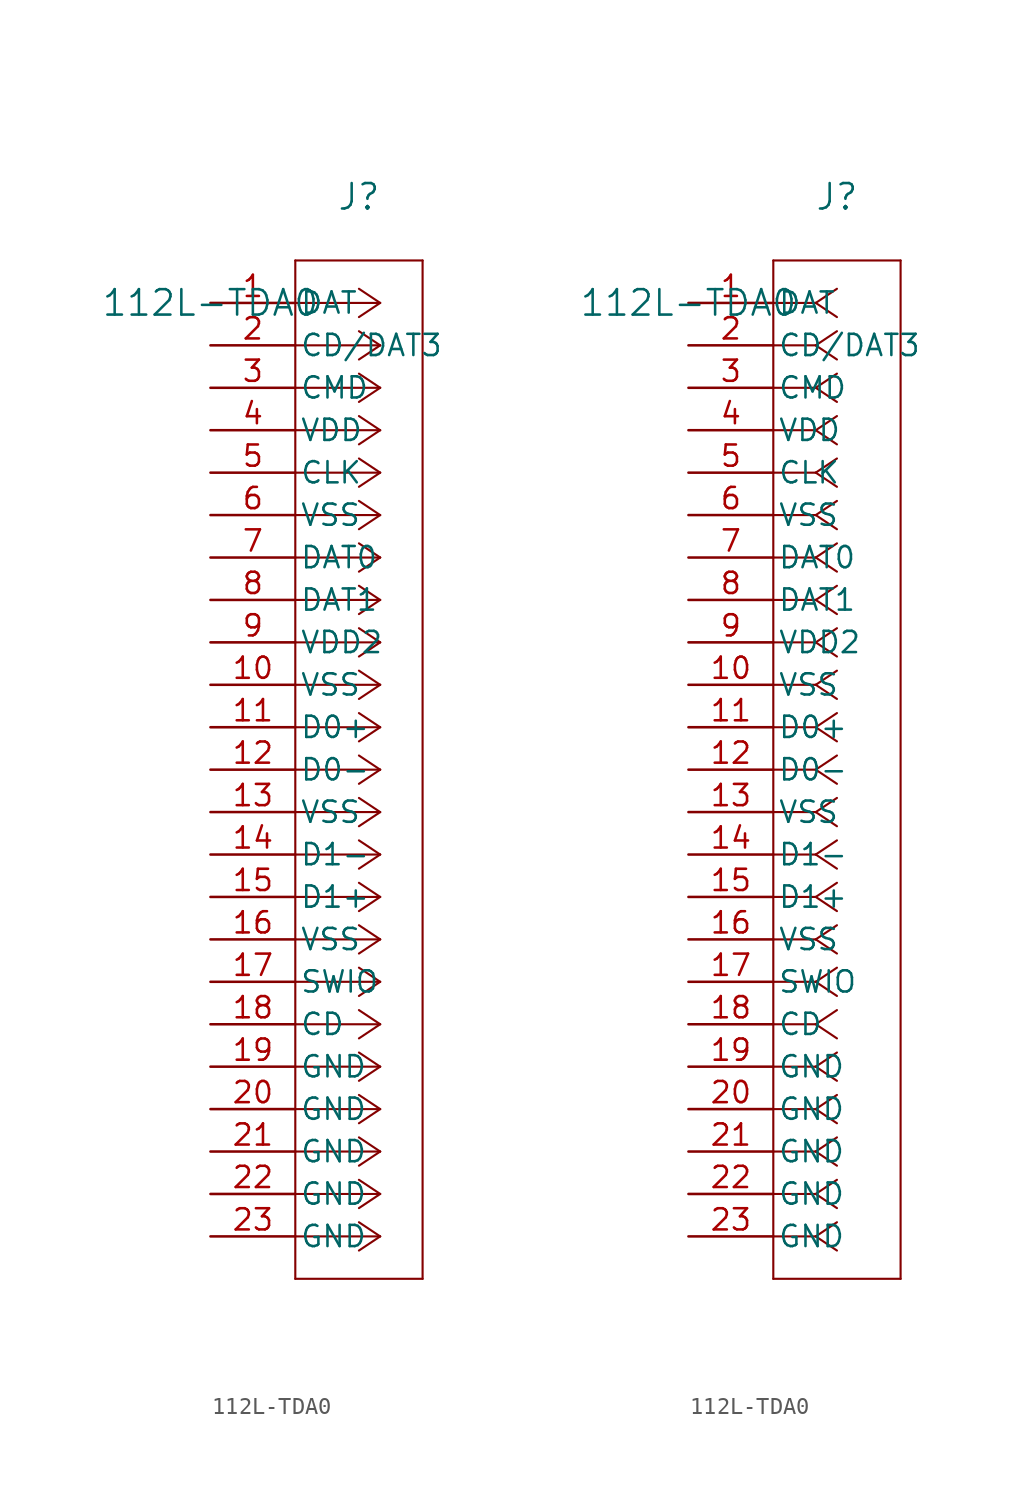
<source format=kicad_sym>
(kicad_symbol_lib
  (version 20211014)
  (generator kicad_symbol_editor)
  (symbol "112L-TDA0"
    (pin_names
      (offset 0.254))
    (property "Reference" "J"
      (at 8.89 6.35 0)
      (effects (font (size 1.524 1.524))))
    (property "Value" "112L-TDA0"
      (at 0 0 0)
      (effects (font (size 1.524 1.524))))
    (symbol "112L-TDA0_1_1"
      (polyline (pts (xy 10.16 0) (xy 5.08 0)) (stroke (width 0.127) (type default) (color 0 0 0 0)) (fill (type none)))
      (polyline (pts (xy 10.16 -2.54) (xy 5.08 -2.54)) (stroke (width 0.127) (type default) (color 0 0 0 0)) (fill (type none)))
      (polyline (pts (xy 10.16 -5.08) (xy 5.08 -5.08)) (stroke (width 0.127) (type default) (color 0 0 0 0)) (fill (type none)))
      (polyline (pts (xy 10.16 -7.62) (xy 5.08 -7.62)) (stroke (width 0.127) (type default) (color 0 0 0 0)) (fill (type none)))
      (polyline (pts (xy 10.16 -10.16) (xy 5.08 -10.16)) (stroke (width 0.127) (type default) (color 0 0 0 0)) (fill (type none)))
      (polyline (pts (xy 10.16 -12.7) (xy 5.08 -12.7)) (stroke (width 0.127) (type default) (color 0 0 0 0)) (fill (type none)))
      (polyline (pts (xy 10.16 -15.24) (xy 5.08 -15.24)) (stroke (width 0.127) (type default) (color 0 0 0 0)) (fill (type none)))
      (polyline (pts (xy 10.16 -17.78) (xy 5.08 -17.78)) (stroke (width 0.127) (type default) (color 0 0 0 0)) (fill (type none)))
      (polyline (pts (xy 10.16 -20.32) (xy 5.08 -20.32)) (stroke (width 0.127) (type default) (color 0 0 0 0)) (fill (type none)))
      (polyline (pts (xy 10.16 -22.86) (xy 5.08 -22.86)) (stroke (width 0.127) (type default) (color 0 0 0 0)) (fill (type none)))
      (polyline (pts (xy 10.16 -25.4) (xy 5.08 -25.4)) (stroke (width 0.127) (type default) (color 0 0 0 0)) (fill (type none)))
      (polyline (pts (xy 10.16 -27.94) (xy 5.08 -27.94)) (stroke (width 0.127) (type default) (color 0 0 0 0)) (fill (type none)))
      (polyline (pts (xy 10.16 -30.48) (xy 5.08 -30.48)) (stroke (width 0.127) (type default) (color 0 0 0 0)) (fill (type none)))
      (polyline (pts (xy 10.16 -33.02) (xy 5.08 -33.02)) (stroke (width 0.127) (type default) (color 0 0 0 0)) (fill (type none)))
      (polyline (pts (xy 10.16 -35.56) (xy 5.08 -35.56)) (stroke (width 0.127) (type default) (color 0 0 0 0)) (fill (type none)))
      (polyline (pts (xy 10.16 -38.1) (xy 5.08 -38.1)) (stroke (width 0.127) (type default) (color 0 0 0 0)) (fill (type none)))
      (polyline (pts (xy 10.16 -40.64) (xy 5.08 -40.64)) (stroke (width 0.127) (type default) (color 0 0 0 0)) (fill (type none)))
      (polyline (pts (xy 10.16 -43.18) (xy 5.08 -43.18)) (stroke (width 0.127) (type default) (color 0 0 0 0)) (fill (type none)))
      (polyline (pts (xy 10.16 -45.72) (xy 5.08 -45.72)) (stroke (width 0.127) (type default) (color 0 0 0 0)) (fill (type none)))
      (polyline (pts (xy 10.16 -48.26) (xy 5.08 -48.26)) (stroke (width 0.127) (type default) (color 0 0 0 0)) (fill (type none)))
      (polyline (pts (xy 10.16 -50.8) (xy 5.08 -50.8)) (stroke (width 0.127) (type default) (color 0 0 0 0)) (fill (type none)))
      (polyline (pts (xy 10.16 -53.34) (xy 5.08 -53.34)) (stroke (width 0.127) (type default) (color 0 0 0 0)) (fill (type none)))
      (polyline (pts (xy 10.16 -55.88) (xy 5.08 -55.88)) (stroke (width 0.127) (type default) (color 0 0 0 0)) (fill (type none)))
      (polyline (pts (xy 10.16 0) (xy 8.89 0.847)) (stroke (width 0.127) (type default) (color 0 0 0 0)) (fill (type none)))
      (polyline (pts (xy 10.16 -2.54) (xy 8.89 -1.693)) (stroke (width 0.127) (type default) (color 0 0 0 0)) (fill (type none)))
      (polyline (pts (xy 10.16 -5.08) (xy 8.89 -4.233)) (stroke (width 0.127) (type default) (color 0 0 0 0)) (fill (type none)))
      (polyline (pts (xy 10.16 -7.62) (xy 8.89 -6.773)) (stroke (width 0.127) (type default) (color 0 0 0 0)) (fill (type none)))
      (polyline (pts (xy 10.16 -10.16) (xy 8.89 -9.313)) (stroke (width 0.127) (type default) (color 0 0 0 0)) (fill (type none)))
      (polyline (pts (xy 10.16 -12.7) (xy 8.89 -11.853)) (stroke (width 0.127) (type default) (color 0 0 0 0)) (fill (type none)))
      (polyline (pts (xy 10.16 -15.24) (xy 8.89 -14.393)) (stroke (width 0.127) (type default) (color 0 0 0 0)) (fill (type none)))
      (polyline (pts (xy 10.16 -17.78) (xy 8.89 -16.933)) (stroke (width 0.127) (type default) (color 0 0 0 0)) (fill (type none)))
      (polyline (pts (xy 10.16 -20.32) (xy 8.89 -19.473)) (stroke (width 0.127) (type default) (color 0 0 0 0)) (fill (type none)))
      (polyline (pts (xy 10.16 -22.86) (xy 8.89 -22.013)) (stroke (width 0.127) (type default) (color 0 0 0 0)) (fill (type none)))
      (polyline (pts (xy 10.16 -25.4) (xy 8.89 -24.553)) (stroke (width 0.127) (type default) (color 0 0 0 0)) (fill (type none)))
      (polyline (pts (xy 10.16 -27.94) (xy 8.89 -27.093)) (stroke (width 0.127) (type default) (color 0 0 0 0)) (fill (type none)))
      (polyline (pts (xy 10.16 -30.48) (xy 8.89 -29.633)) (stroke (width 0.127) (type default) (color 0 0 0 0)) (fill (type none)))
      (polyline (pts (xy 10.16 -33.02) (xy 8.89 -32.173)) (stroke (width 0.127) (type default) (color 0 0 0 0)) (fill (type none)))
      (polyline (pts (xy 10.16 -35.56) (xy 8.89 -34.713)) (stroke (width 0.127) (type default) (color 0 0 0 0)) (fill (type none)))
      (polyline (pts (xy 10.16 -38.1) (xy 8.89 -37.253)) (stroke (width 0.127) (type default) (color 0 0 0 0)) (fill (type none)))
      (polyline (pts (xy 10.16 -40.64) (xy 8.89 -39.793)) (stroke (width 0.127) (type default) (color 0 0 0 0)) (fill (type none)))
      (polyline (pts (xy 10.16 -43.18) (xy 8.89 -42.333)) (stroke (width 0.127) (type default) (color 0 0 0 0)) (fill (type none)))
      (polyline (pts (xy 10.16 -45.72) (xy 8.89 -44.873)) (stroke (width 0.127) (type default) (color 0 0 0 0)) (fill (type none)))
      (polyline (pts (xy 10.16 -48.26) (xy 8.89 -47.413)) (stroke (width 0.127) (type default) (color 0 0 0 0)) (fill (type none)))
      (polyline (pts (xy 10.16 -50.8) (xy 8.89 -49.953)) (stroke (width 0.127) (type default) (color 0 0 0 0)) (fill (type none)))
      (polyline (pts (xy 10.16 -53.34) (xy 8.89 -52.493)) (stroke (width 0.127) (type default) (color 0 0 0 0)) (fill (type none)))
      (polyline (pts (xy 10.16 -55.88) (xy 8.89 -55.033)) (stroke (width 0.127) (type default) (color 0 0 0 0)) (fill (type none)))
      (polyline (pts (xy 10.16 0) (xy 8.89 -0.847)) (stroke (width 0.127) (type default) (color 0 0 0 0)) (fill (type none)))
      (polyline (pts (xy 10.16 -2.54) (xy 8.89 -3.387)) (stroke (width 0.127) (type default) (color 0 0 0 0)) (fill (type none)))
      (polyline (pts (xy 10.16 -5.08) (xy 8.89 -5.927)) (stroke (width 0.127) (type default) (color 0 0 0 0)) (fill (type none)))
      (polyline (pts (xy 10.16 -7.62) (xy 8.89 -8.467)) (stroke (width 0.127) (type default) (color 0 0 0 0)) (fill (type none)))
      (polyline (pts (xy 10.16 -10.16) (xy 8.89 -11.007)) (stroke (width 0.127) (type default) (color 0 0 0 0)) (fill (type none)))
      (polyline (pts (xy 10.16 -12.7) (xy 8.89 -13.547)) (stroke (width 0.127) (type default) (color 0 0 0 0)) (fill (type none)))
      (polyline (pts (xy 10.16 -15.24) (xy 8.89 -16.087)) (stroke (width 0.127) (type default) (color 0 0 0 0)) (fill (type none)))
      (polyline (pts (xy 10.16 -17.78) (xy 8.89 -18.627)) (stroke (width 0.127) (type default) (color 0 0 0 0)) (fill (type none)))
      (polyline (pts (xy 10.16 -20.32) (xy 8.89 -21.167)) (stroke (width 0.127) (type default) (color 0 0 0 0)) (fill (type none)))
      (polyline (pts (xy 10.16 -22.86) (xy 8.89 -23.707)) (stroke (width 0.127) (type default) (color 0 0 0 0)) (fill (type none)))
      (polyline (pts (xy 10.16 -25.4) (xy 8.89 -26.247)) (stroke (width 0.127) (type default) (color 0 0 0 0)) (fill (type none)))
      (polyline (pts (xy 10.16 -27.94) (xy 8.89 -28.787)) (stroke (width 0.127) (type default) (color 0 0 0 0)) (fill (type none)))
      (polyline (pts (xy 10.16 -30.48) (xy 8.89 -31.327)) (stroke (width 0.127) (type default) (color 0 0 0 0)) (fill (type none)))
      (polyline (pts (xy 10.16 -33.02) (xy 8.89 -33.867)) (stroke (width 0.127) (type default) (color 0 0 0 0)) (fill (type none)))
      (polyline (pts (xy 10.16 -35.56) (xy 8.89 -36.407)) (stroke (width 0.127) (type default) (color 0 0 0 0)) (fill (type none)))
      (polyline (pts (xy 10.16 -38.1) (xy 8.89 -38.947)) (stroke (width 0.127) (type default) (color 0 0 0 0)) (fill (type none)))
      (polyline (pts (xy 10.16 -40.64) (xy 8.89 -41.487)) (stroke (width 0.127) (type default) (color 0 0 0 0)) (fill (type none)))
      (polyline (pts (xy 10.16 -43.18) (xy 8.89 -44.027)) (stroke (width 0.127) (type default) (color 0 0 0 0)) (fill (type none)))
      (polyline (pts (xy 10.16 -45.72) (xy 8.89 -46.567)) (stroke (width 0.127) (type default) (color 0 0 0 0)) (fill (type none)))
      (polyline (pts (xy 10.16 -48.26) (xy 8.89 -49.107)) (stroke (width 0.127) (type default) (color 0 0 0 0)) (fill (type none)))
      (polyline (pts (xy 10.16 -50.8) (xy 8.89 -51.647)) (stroke (width 0.127) (type default) (color 0 0 0 0)) (fill (type none)))
      (polyline (pts (xy 10.16 -53.34) (xy 8.89 -54.187)) (stroke (width 0.127) (type default) (color 0 0 0 0)) (fill (type none)))
      (polyline (pts (xy 10.16 -55.88) (xy 8.89 -56.727)) (stroke (width 0.127) (type default) (color 0 0 0 0)) (fill (type none)))
      (polyline (pts (xy 5.08 2.54) (xy 5.08 -58.42)) (stroke (width 0.127) (type default) (color 0 0 0 0)) (fill (type none)))
      (polyline (pts (xy 5.08 -58.42) (xy 12.7 -58.42)) (stroke (width 0.127) (type default) (color 0 0 0 0)) (fill (type none)))
      (polyline (pts (xy 12.7 -58.42) (xy 12.7 2.54)) (stroke (width 0.127) (type default) (color 0 0 0 0)) (fill (type none)))
      (polyline (pts (xy 12.7 2.54) (xy 5.08 2.54)) (stroke (width 0.127) (type default) (color 0 0 0 0)) (fill (type none)))
      (pin unspecified line (at 0 0 0) (length 5.08) (name "DAT" (effects (font (size 1.27 1.27)))) (number "1" (effects (font (size 1.27 1.27)))))
      (pin unspecified line (at 0 -2.54 0) (length 5.08) (name "CD/DAT3" (effects (font (size 1.27 1.27)))) (number "2" (effects (font (size 1.27 1.27)))))
      (pin unspecified line (at 0 -5.08 0) (length 5.08) (name "CMD" (effects (font (size 1.27 1.27)))) (number "3" (effects (font (size 1.27 1.27)))))
      (pin power_in line (at 0 -7.62 0) (length 5.08) (name "VDD" (effects (font (size 1.27 1.27)))) (number "4" (effects (font (size 1.27 1.27)))))
      (pin unspecified line (at 0 -10.16 0) (length 5.08) (name "CLK" (effects (font (size 1.27 1.27)))) (number "5" (effects (font (size 1.27 1.27)))))
      (pin power_out line (at 0 -12.7 0) (length 5.08) (name "VSS" (effects (font (size 1.27 1.27)))) (number "6" (effects (font (size 1.27 1.27)))))
      (pin bidirectional line (at 0 -15.24 0) (length 5.08) (name "DAT0" (effects (font (size 1.27 1.27)))) (number "7" (effects (font (size 1.27 1.27)))))
      (pin bidirectional line (at 0 -17.78 0) (length 5.08) (name "DAT1" (effects (font (size 1.27 1.27)))) (number "8" (effects (font (size 1.27 1.27)))))
      (pin power_in line (at 0 -20.32 0) (length 5.08) (name "VDD2" (effects (font (size 1.27 1.27)))) (number "9" (effects (font (size 1.27 1.27)))))
      (pin power_out line (at 0 -22.86 0) (length 5.08) (name "VSS" (effects (font (size 1.27 1.27)))) (number "10" (effects (font (size 1.27 1.27)))))
      (pin bidirectional line (at 0 -25.4 0) (length 5.08) (name "D0+" (effects (font (size 1.27 1.27)))) (number "11" (effects (font (size 1.27 1.27)))))
      (pin bidirectional line (at 0 -27.94 0) (length 5.08) (name "D0-" (effects (font (size 1.27 1.27)))) (number "12" (effects (font (size 1.27 1.27)))))
      (pin power_out line (at 0 -30.48 0) (length 5.08) (name "VSS" (effects (font (size 1.27 1.27)))) (number "13" (effects (font (size 1.27 1.27)))))
      (pin bidirectional line (at 0 -33.02 0) (length 5.08) (name "D1-" (effects (font (size 1.27 1.27)))) (number "14" (effects (font (size 1.27 1.27)))))
      (pin bidirectional line (at 0 -35.56 0) (length 5.08) (name "D1+" (effects (font (size 1.27 1.27)))) (number "15" (effects (font (size 1.27 1.27)))))
      (pin power_out line (at 0 -38.1 0) (length 5.08) (name "VSS" (effects (font (size 1.27 1.27)))) (number "16" (effects (font (size 1.27 1.27)))))
      (pin unspecified line (at 0 -40.64 0) (length 5.08) (name "SWIO" (effects (font (size 1.27 1.27)))) (number "17" (effects (font (size 1.27 1.27)))))
      (pin unspecified line (at 0 -43.18 0) (length 5.08) (name "CD" (effects (font (size 1.27 1.27)))) (number "18" (effects (font (size 1.27 1.27)))))
      (pin power_out line (at 0 -45.72 0) (length 5.08) (name "GND" (effects (font (size 1.27 1.27)))) (number "19" (effects (font (size 1.27 1.27)))))
      (pin power_out line (at 0 -48.26 0) (length 5.08) (name "GND" (effects (font (size 1.27 1.27)))) (number "20" (effects (font (size 1.27 1.27)))))
      (pin power_out line (at 0 -50.8 0) (length 5.08) (name "GND" (effects (font (size 1.27 1.27)))) (number "21" (effects (font (size 1.27 1.27)))))
      (pin power_out line (at 0 -53.34 0) (length 5.08) (name "GND" (effects (font (size 1.27 1.27)))) (number "22" (effects (font (size 1.27 1.27)))))
      (pin power_out line (at 0 -55.88 0) (length 5.08) (name "GND" (effects (font (size 1.27 1.27)))) (number "23" (effects (font (size 1.27 1.27))))))
    (symbol "112L-TDA0_1_2"
      (polyline (pts (xy 7.62 0) (xy 5.08 0)) (stroke (width 0.127) (type default) (color 0 0 0 0)) (fill (type none)))
      (polyline (pts (xy 7.62 -2.54) (xy 5.08 -2.54)) (stroke (width 0.127) (type default) (color 0 0 0 0)) (fill (type none)))
      (polyline (pts (xy 7.62 -5.08) (xy 5.08 -5.08)) (stroke (width 0.127) (type default) (color 0 0 0 0)) (fill (type none)))
      (polyline (pts (xy 7.62 -7.62) (xy 5.08 -7.62)) (stroke (width 0.127) (type default) (color 0 0 0 0)) (fill (type none)))
      (polyline (pts (xy 7.62 -10.16) (xy 5.08 -10.16)) (stroke (width 0.127) (type default) (color 0 0 0 0)) (fill (type none)))
      (polyline (pts (xy 7.62 -12.7) (xy 5.08 -12.7)) (stroke (width 0.127) (type default) (color 0 0 0 0)) (fill (type none)))
      (polyline (pts (xy 7.62 -15.24) (xy 5.08 -15.24)) (stroke (width 0.127) (type default) (color 0 0 0 0)) (fill (type none)))
      (polyline (pts (xy 7.62 -17.78) (xy 5.08 -17.78)) (stroke (width 0.127) (type default) (color 0 0 0 0)) (fill (type none)))
      (polyline (pts (xy 7.62 -20.32) (xy 5.08 -20.32)) (stroke (width 0.127) (type default) (color 0 0 0 0)) (fill (type none)))
      (polyline (pts (xy 7.62 -22.86) (xy 5.08 -22.86)) (stroke (width 0.127) (type default) (color 0 0 0 0)) (fill (type none)))
      (polyline (pts (xy 7.62 -25.4) (xy 5.08 -25.4)) (stroke (width 0.127) (type default) (color 0 0 0 0)) (fill (type none)))
      (polyline (pts (xy 7.62 -27.94) (xy 5.08 -27.94)) (stroke (width 0.127) (type default) (color 0 0 0 0)) (fill (type none)))
      (polyline (pts (xy 7.62 -30.48) (xy 5.08 -30.48)) (stroke (width 0.127) (type default) (color 0 0 0 0)) (fill (type none)))
      (polyline (pts (xy 7.62 -33.02) (xy 5.08 -33.02)) (stroke (width 0.127) (type default) (color 0 0 0 0)) (fill (type none)))
      (polyline (pts (xy 7.62 -35.56) (xy 5.08 -35.56)) (stroke (width 0.127) (type default) (color 0 0 0 0)) (fill (type none)))
      (polyline (pts (xy 7.62 -38.1) (xy 5.08 -38.1)) (stroke (width 0.127) (type default) (color 0 0 0 0)) (fill (type none)))
      (polyline (pts (xy 7.62 -40.64) (xy 5.08 -40.64)) (stroke (width 0.127) (type default) (color 0 0 0 0)) (fill (type none)))
      (polyline (pts (xy 7.62 -43.18) (xy 5.08 -43.18)) (stroke (width 0.127) (type default) (color 0 0 0 0)) (fill (type none)))
      (polyline (pts (xy 7.62 -45.72) (xy 5.08 -45.72)) (stroke (width 0.127) (type default) (color 0 0 0 0)) (fill (type none)))
      (polyline (pts (xy 7.62 -48.26) (xy 5.08 -48.26)) (stroke (width 0.127) (type default) (color 0 0 0 0)) (fill (type none)))
      (polyline (pts (xy 7.62 -50.8) (xy 5.08 -50.8)) (stroke (width 0.127) (type default) (color 0 0 0 0)) (fill (type none)))
      (polyline (pts (xy 7.62 -53.34) (xy 5.08 -53.34)) (stroke (width 0.127) (type default) (color 0 0 0 0)) (fill (type none)))
      (polyline (pts (xy 7.62 -55.88) (xy 5.08 -55.88)) (stroke (width 0.127) (type default) (color 0 0 0 0)) (fill (type none)))
      (polyline (pts (xy 7.62 0) (xy 8.89 0.847)) (stroke (width 0.127) (type default) (color 0 0 0 0)) (fill (type none)))
      (polyline (pts (xy 7.62 -2.54) (xy 8.89 -1.693)) (stroke (width 0.127) (type default) (color 0 0 0 0)) (fill (type none)))
      (polyline (pts (xy 7.62 -5.08) (xy 8.89 -4.233)) (stroke (width 0.127) (type default) (color 0 0 0 0)) (fill (type none)))
      (polyline (pts (xy 7.62 -7.62) (xy 8.89 -6.773)) (stroke (width 0.127) (type default) (color 0 0 0 0)) (fill (type none)))
      (polyline (pts (xy 7.62 -10.16) (xy 8.89 -9.313)) (stroke (width 0.127) (type default) (color 0 0 0 0)) (fill (type none)))
      (polyline (pts (xy 7.62 -12.7) (xy 8.89 -11.853)) (stroke (width 0.127) (type default) (color 0 0 0 0)) (fill (type none)))
      (polyline (pts (xy 7.62 -15.24) (xy 8.89 -14.393)) (stroke (width 0.127) (type default) (color 0 0 0 0)) (fill (type none)))
      (polyline (pts (xy 7.62 -17.78) (xy 8.89 -16.933)) (stroke (width 0.127) (type default) (color 0 0 0 0)) (fill (type none)))
      (polyline (pts (xy 7.62 -20.32) (xy 8.89 -19.473)) (stroke (width 0.127) (type default) (color 0 0 0 0)) (fill (type none)))
      (polyline (pts (xy 7.62 -22.86) (xy 8.89 -22.013)) (stroke (width 0.127) (type default) (color 0 0 0 0)) (fill (type none)))
      (polyline (pts (xy 7.62 -25.4) (xy 8.89 -24.553)) (stroke (width 0.127) (type default) (color 0 0 0 0)) (fill (type none)))
      (polyline (pts (xy 7.62 -27.94) (xy 8.89 -27.093)) (stroke (width 0.127) (type default) (color 0 0 0 0)) (fill (type none)))
      (polyline (pts (xy 7.62 -30.48) (xy 8.89 -29.633)) (stroke (width 0.127) (type default) (color 0 0 0 0)) (fill (type none)))
      (polyline (pts (xy 7.62 -33.02) (xy 8.89 -32.173)) (stroke (width 0.127) (type default) (color 0 0 0 0)) (fill (type none)))
      (polyline (pts (xy 7.62 -35.56) (xy 8.89 -34.713)) (stroke (width 0.127) (type default) (color 0 0 0 0)) (fill (type none)))
      (polyline (pts (xy 7.62 -38.1) (xy 8.89 -37.253)) (stroke (width 0.127) (type default) (color 0 0 0 0)) (fill (type none)))
      (polyline (pts (xy 7.62 -40.64) (xy 8.89 -39.793)) (stroke (width 0.127) (type default) (color 0 0 0 0)) (fill (type none)))
      (polyline (pts (xy 7.62 -43.18) (xy 8.89 -42.333)) (stroke (width 0.127) (type default) (color 0 0 0 0)) (fill (type none)))
      (polyline (pts (xy 7.62 -45.72) (xy 8.89 -44.873)) (stroke (width 0.127) (type default) (color 0 0 0 0)) (fill (type none)))
      (polyline (pts (xy 7.62 -48.26) (xy 8.89 -47.413)) (stroke (width 0.127) (type default) (color 0 0 0 0)) (fill (type none)))
      (polyline (pts (xy 7.62 -50.8) (xy 8.89 -49.953)) (stroke (width 0.127) (type default) (color 0 0 0 0)) (fill (type none)))
      (polyline (pts (xy 7.62 -53.34) (xy 8.89 -52.493)) (stroke (width 0.127) (type default) (color 0 0 0 0)) (fill (type none)))
      (polyline (pts (xy 7.62 -55.88) (xy 8.89 -55.033)) (stroke (width 0.127) (type default) (color 0 0 0 0)) (fill (type none)))
      (polyline (pts (xy 7.62 0) (xy 8.89 -0.847)) (stroke (width 0.127) (type default) (color 0 0 0 0)) (fill (type none)))
      (polyline (pts (xy 7.62 -2.54) (xy 8.89 -3.387)) (stroke (width 0.127) (type default) (color 0 0 0 0)) (fill (type none)))
      (polyline (pts (xy 7.62 -5.08) (xy 8.89 -5.927)) (stroke (width 0.127) (type default) (color 0 0 0 0)) (fill (type none)))
      (polyline (pts (xy 7.62 -7.62) (xy 8.89 -8.467)) (stroke (width 0.127) (type default) (color 0 0 0 0)) (fill (type none)))
      (polyline (pts (xy 7.62 -10.16) (xy 8.89 -11.007)) (stroke (width 0.127) (type default) (color 0 0 0 0)) (fill (type none)))
      (polyline (pts (xy 7.62 -12.7) (xy 8.89 -13.547)) (stroke (width 0.127) (type default) (color 0 0 0 0)) (fill (type none)))
      (polyline (pts (xy 7.62 -15.24) (xy 8.89 -16.087)) (stroke (width 0.127) (type default) (color 0 0 0 0)) (fill (type none)))
      (polyline (pts (xy 7.62 -17.78) (xy 8.89 -18.627)) (stroke (width 0.127) (type default) (color 0 0 0 0)) (fill (type none)))
      (polyline (pts (xy 7.62 -20.32) (xy 8.89 -21.167)) (stroke (width 0.127) (type default) (color 0 0 0 0)) (fill (type none)))
      (polyline (pts (xy 7.62 -22.86) (xy 8.89 -23.707)) (stroke (width 0.127) (type default) (color 0 0 0 0)) (fill (type none)))
      (polyline (pts (xy 7.62 -25.4) (xy 8.89 -26.247)) (stroke (width 0.127) (type default) (color 0 0 0 0)) (fill (type none)))
      (polyline (pts (xy 7.62 -27.94) (xy 8.89 -28.787)) (stroke (width 0.127) (type default) (color 0 0 0 0)) (fill (type none)))
      (polyline (pts (xy 7.62 -30.48) (xy 8.89 -31.327)) (stroke (width 0.127) (type default) (color 0 0 0 0)) (fill (type none)))
      (polyline (pts (xy 7.62 -33.02) (xy 8.89 -33.867)) (stroke (width 0.127) (type default) (color 0 0 0 0)) (fill (type none)))
      (polyline (pts (xy 7.62 -35.56) (xy 8.89 -36.407)) (stroke (width 0.127) (type default) (color 0 0 0 0)) (fill (type none)))
      (polyline (pts (xy 7.62 -38.1) (xy 8.89 -38.947)) (stroke (width 0.127) (type default) (color 0 0 0 0)) (fill (type none)))
      (polyline (pts (xy 7.62 -40.64) (xy 8.89 -41.487)) (stroke (width 0.127) (type default) (color 0 0 0 0)) (fill (type none)))
      (polyline (pts (xy 7.62 -43.18) (xy 8.89 -44.027)) (stroke (width 0.127) (type default) (color 0 0 0 0)) (fill (type none)))
      (polyline (pts (xy 7.62 -45.72) (xy 8.89 -46.567)) (stroke (width 0.127) (type default) (color 0 0 0 0)) (fill (type none)))
      (polyline (pts (xy 7.62 -48.26) (xy 8.89 -49.107)) (stroke (width 0.127) (type default) (color 0 0 0 0)) (fill (type none)))
      (polyline (pts (xy 7.62 -50.8) (xy 8.89 -51.647)) (stroke (width 0.127) (type default) (color 0 0 0 0)) (fill (type none)))
      (polyline (pts (xy 7.62 -53.34) (xy 8.89 -54.187)) (stroke (width 0.127) (type default) (color 0 0 0 0)) (fill (type none)))
      (polyline (pts (xy 7.62 -55.88) (xy 8.89 -56.727)) (stroke (width 0.127) (type default) (color 0 0 0 0)) (fill (type none)))
      (polyline (pts (xy 5.08 2.54) (xy 5.08 -58.42)) (stroke (width 0.127) (type default) (color 0 0 0 0)) (fill (type none)))
      (polyline (pts (xy 5.08 -58.42) (xy 12.7 -58.42)) (stroke (width 0.127) (type default) (color 0 0 0 0)) (fill (type none)))
      (polyline (pts (xy 12.7 -58.42) (xy 12.7 2.54)) (stroke (width 0.127) (type default) (color 0 0 0 0)) (fill (type none)))
      (polyline (pts (xy 12.7 2.54) (xy 5.08 2.54)) (stroke (width 0.127) (type default) (color 0 0 0 0)) (fill (type none)))
      (pin unspecified line (at 0 0 0) (length 5.08) (name "DAT" (effects (font (size 1.27 1.27)))) (number "1" (effects (font (size 1.27 1.27)))))
      (pin unspecified line (at 0 -2.54 0) (length 5.08) (name "CD/DAT3" (effects (font (size 1.27 1.27)))) (number "2" (effects (font (size 1.27 1.27)))))
      (pin unspecified line (at 0 -5.08 0) (length 5.08) (name "CMD" (effects (font (size 1.27 1.27)))) (number "3" (effects (font (size 1.27 1.27)))))
      (pin power_in line (at 0 -7.62 0) (length 5.08) (name "VDD" (effects (font (size 1.27 1.27)))) (number "4" (effects (font (size 1.27 1.27)))))
      (pin unspecified line (at 0 -10.16 0) (length 5.08) (name "CLK" (effects (font (size 1.27 1.27)))) (number "5" (effects (font (size 1.27 1.27)))))
      (pin power_out line (at 0 -12.7 0) (length 5.08) (name "VSS" (effects (font (size 1.27 1.27)))) (number "6" (effects (font (size 1.27 1.27)))))
      (pin bidirectional line (at 0 -15.24 0) (length 5.08) (name "DAT0" (effects (font (size 1.27 1.27)))) (number "7" (effects (font (size 1.27 1.27)))))
      (pin bidirectional line (at 0 -17.78 0) (length 5.08) (name "DAT1" (effects (font (size 1.27 1.27)))) (number "8" (effects (font (size 1.27 1.27)))))
      (pin power_in line (at 0 -20.32 0) (length 5.08) (name "VDD2" (effects (font (size 1.27 1.27)))) (number "9" (effects (font (size 1.27 1.27)))))
      (pin power_out line (at 0 -22.86 0) (length 5.08) (name "VSS" (effects (font (size 1.27 1.27)))) (number "10" (effects (font (size 1.27 1.27)))))
      (pin bidirectional line (at 0 -25.4 0) (length 5.08) (name "D0+" (effects (font (size 1.27 1.27)))) (number "11" (effects (font (size 1.27 1.27)))))
      (pin bidirectional line (at 0 -27.94 0) (length 5.08) (name "D0-" (effects (font (size 1.27 1.27)))) (number "12" (effects (font (size 1.27 1.27)))))
      (pin power_out line (at 0 -30.48 0) (length 5.08) (name "VSS" (effects (font (size 1.27 1.27)))) (number "13" (effects (font (size 1.27 1.27)))))
      (pin bidirectional line (at 0 -33.02 0) (length 5.08) (name "D1-" (effects (font (size 1.27 1.27)))) (number "14" (effects (font (size 1.27 1.27)))))
      (pin bidirectional line (at 0 -35.56 0) (length 5.08) (name "D1+" (effects (font (size 1.27 1.27)))) (number "15" (effects (font (size 1.27 1.27)))))
      (pin power_out line (at 0 -38.1 0) (length 5.08) (name "VSS" (effects (font (size 1.27 1.27)))) (number "16" (effects (font (size 1.27 1.27)))))
      (pin unspecified line (at 0 -40.64 0) (length 5.08) (name "SWIO" (effects (font (size 1.27 1.27)))) (number "17" (effects (font (size 1.27 1.27)))))
      (pin unspecified line (at 0 -43.18 0) (length 5.08) (name "CD" (effects (font (size 1.27 1.27)))) (number "18" (effects (font (size 1.27 1.27)))))
      (pin power_out line (at 0 -45.72 0) (length 5.08) (name "GND" (effects (font (size 1.27 1.27)))) (number "19" (effects (font (size 1.27 1.27)))))
      (pin power_out line (at 0 -48.26 0) (length 5.08) (name "GND" (effects (font (size 1.27 1.27)))) (number "20" (effects (font (size 1.27 1.27)))))
      (pin power_out line (at 0 -50.8 0) (length 5.08) (name "GND" (effects (font (size 1.27 1.27)))) (number "21" (effects (font (size 1.27 1.27)))))
      (pin power_out line (at 0 -53.34 0) (length 5.08) (name "GND" (effects (font (size 1.27 1.27)))) (number "22" (effects (font (size 1.27 1.27)))))
      (pin power_out line (at 0 -55.88 0) (length 5.08) (name "GND" (effects (font (size 1.27 1.27)))) (number "23" (effects (font (size 1.27 1.27))))))))
</source>
